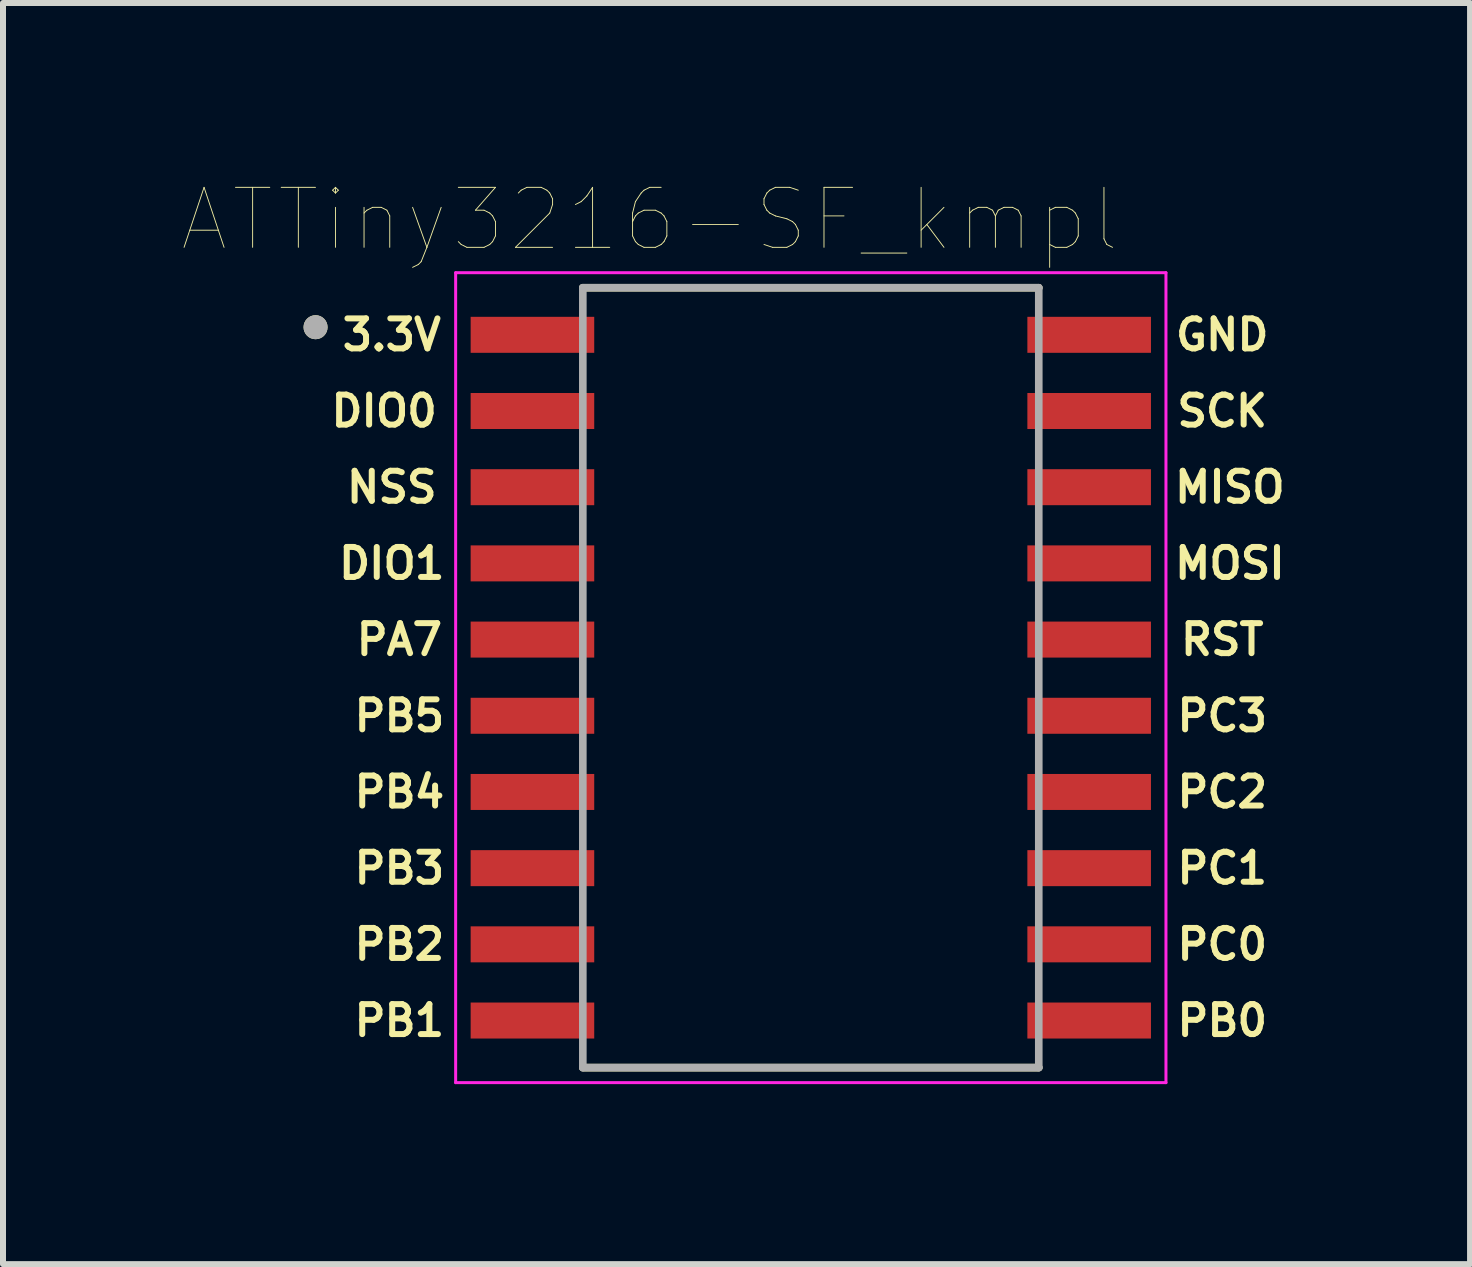
<source format=kicad_pcb>
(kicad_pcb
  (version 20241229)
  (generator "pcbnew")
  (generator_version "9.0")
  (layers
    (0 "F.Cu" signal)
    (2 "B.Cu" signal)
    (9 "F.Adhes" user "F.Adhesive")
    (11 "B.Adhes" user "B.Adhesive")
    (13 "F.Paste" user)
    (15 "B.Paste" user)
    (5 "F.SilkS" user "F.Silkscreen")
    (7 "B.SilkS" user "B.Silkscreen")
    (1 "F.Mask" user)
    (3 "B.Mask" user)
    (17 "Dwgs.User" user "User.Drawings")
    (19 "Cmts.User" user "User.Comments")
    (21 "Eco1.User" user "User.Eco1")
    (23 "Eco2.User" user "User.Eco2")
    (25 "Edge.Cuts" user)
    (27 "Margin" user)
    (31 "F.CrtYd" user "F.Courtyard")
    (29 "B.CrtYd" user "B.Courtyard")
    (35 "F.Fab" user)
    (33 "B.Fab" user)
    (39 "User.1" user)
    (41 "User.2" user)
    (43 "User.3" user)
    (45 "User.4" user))
  (footprint "ATTiny3216-SF_kmpl"
    (layer "F.Cu")
    (at 10.465 8.246)
    (property "Reference" "ATTiny3216-SF_kmpl" (at -2.685 -7.635 0) (layer "F.SilkS") (effects (font (size 1 1) (thickness 0.015))))
    (attr through_hole)
    (fp_line (start -3.8 -6.5) (end 3.8 -6.5) (stroke (width 0.127) (type solid)) (layer "F.SilkS"))
    (fp_line (start -3.8 6.5) (end 3.8 6.5) (stroke (width 0.127) (type solid)) (layer "F.SilkS"))
    (fp_circle (center -8.255 -5.842) (end -8.155 -5.842) (stroke (width 0.2) (type solid)) (fill no) (layer "F.SilkS"))
    (fp_line (start -5.92 -6.75) (end -5.92 6.75) (stroke (width 0.05) (type solid)) (layer "F.CrtYd"))
    (fp_line (start -5.92 -6.75) (end 5.92 -6.75) (stroke (width 0.05) (type solid)) (layer "F.CrtYd"))
    (fp_line (start -5.92 6.75) (end 5.92 6.75) (stroke (width 0.05) (type solid)) (layer "F.CrtYd"))
    (fp_line (start 5.92 -6.75) (end 5.92 6.75) (stroke (width 0.05) (type solid)) (layer "F.CrtYd"))
    (fp_line (start -3.8 -6.5) (end -3.8 6.5) (stroke (width 0.127) (type solid)) (layer "F.Fab"))
    (fp_line (start -3.8 -6.5) (end 3.8 -6.5) (stroke (width 0.127) (type solid)) (layer "F.Fab"))
    (fp_line (start -3.8 6.5) (end 3.8 6.5) (stroke (width 0.127) (type solid)) (layer "F.Fab"))
    (fp_line (start 3.8 -6.5) (end 3.8 6.5) (stroke (width 0.127) (type solid)) (layer "F.Fab"))
    (fp_circle (center -8.255 -5.842) (end -8.155 -5.842) (stroke (width 0.2) (type solid)) (fill no) (layer "F.Fab"))
    (fp_text user "3.3V" (at -6.985 -5.715 0) (layer "F.SilkS") (effects (font (size 0.5 0.5) (thickness 0.1))))
    (fp_text user "MOSI" (at 6.985 -1.905 0) (layer "F.SilkS") (effects (font (size 0.5 0.5) (thickness 0.1))))
    (fp_text user "PB1" (at -6.858 5.715 0) (layer "F.SilkS") (effects (font (size 0.5 0.5) (thickness 0.1))))
    (fp_text user "SCK" (at 6.858 -4.445 0) (layer "F.SilkS") (effects (font (size 0.5 0.5) (thickness 0.1))))
    (fp_text user "NSS" (at -6.985 -3.175 0) (layer "F.SilkS") (effects (font (size 0.5 0.5) (thickness 0.1))))
    (fp_text user "DIO0" (at -7.112 -4.445 0) (layer "F.SilkS") (effects (font (size 0.5 0.5) (thickness 0.1))))
    (fp_text user "PB0" (at 6.858 5.715 0) (layer "F.SilkS") (effects (font (size 0.5 0.5) (thickness 0.1))))
    (fp_text user "PB4" (at -6.858 1.905 0) (layer "F.SilkS") (effects (font (size 0.5 0.5) (thickness 0.1))))
    (fp_text user "PB5" (at -6.858 0.635 0) (layer "F.SilkS") (effects (font (size 0.5 0.5) (thickness 0.1))))
    (fp_text user "PB3" (at -6.858 3.175 0) (layer "F.SilkS") (effects (font (size 0.5 0.5) (thickness 0.1))))
    (fp_text user "PB2" (at -6.858 4.445 0) (layer "F.SilkS") (effects (font (size 0.5 0.5) (thickness 0.1))))
    (fp_text user "PA7" (at -6.858 -0.635 0) (layer "F.SilkS") (effects (font (size 0.5 0.5) (thickness 0.1))))
    (fp_text user "PC3" (at 6.858 0.635 0) (layer "F.SilkS") (effects (font (size 0.5 0.5) (thickness 0.1))))
    (fp_text user "RST" (at 6.858 -0.635 0) (layer "F.SilkS") (effects (font (size 0.5 0.5) (thickness 0.1))))
    (fp_text user "PC1" (at 6.858 3.175 0) (layer "F.SilkS") (effects (font (size 0.5 0.5) (thickness 0.1))))
    (fp_text user "MISO" (at 6.985 -3.175 0) (layer "F.SilkS") (effects (font (size 0.5 0.5) (thickness 0.1))))
    (fp_text user "PC2" (at 6.858 1.905 0) (layer "F.SilkS") (effects (font (size 0.5 0.5) (thickness 0.1))))
    (fp_text user "DIO1" (at -6.985 -1.905 0) (layer "F.SilkS") (effects (font (size 0.5 0.5) (thickness 0.1))))
    (fp_text user "PC0" (at 6.858 4.445 0) (layer "F.SilkS") (effects (font (size 0.5 0.5) (thickness 0.1))))
    (fp_text user "GND" (at 6.858 -5.715 0) (layer "F.SilkS") (effects (font (size 0.5 0.5) (thickness 0.1))))
    (pad "1" smd rect (at -4.64 -5.715) (size 2.06 0.6) (layers "F.Cu" "F.Mask" "F.Paste"))
    (pad "2" smd rect (at -4.64 -4.445) (size 2.06 0.6) (layers "F.Cu" "F.Mask" "F.Paste"))
    (pad "3" smd rect (at -4.64 -3.175) (size 2.06 0.6) (layers "F.Cu" "F.Mask" "F.Paste"))
    (pad "4" smd rect (at -4.64 -1.905) (size 2.06 0.6) (layers "F.Cu" "F.Mask" "F.Paste"))
    (pad "5" smd rect (at -4.64 -0.635) (size 2.06 0.6) (layers "F.Cu" "F.Mask" "F.Paste"))
    (pad "6" smd rect (at -4.64 0.635) (size 2.06 0.6) (layers "F.Cu" "F.Mask" "F.Paste"))
    (pad "7" smd rect (at -4.64 1.905) (size 2.06 0.6) (layers "F.Cu" "F.Mask" "F.Paste"))
    (pad "8" smd rect (at -4.64 3.175) (size 2.06 0.6) (layers "F.Cu" "F.Mask" "F.Paste"))
    (pad "9" smd rect (at -4.64 4.445) (size 2.06 0.6) (layers "F.Cu" "F.Mask" "F.Paste"))
    (pad "10" smd rect (at -4.64 5.715) (size 2.06 0.6) (layers "F.Cu" "F.Mask" "F.Paste"))
    (pad "11" smd rect (at 4.64 5.715) (size 2.06 0.6) (layers "F.Cu" "F.Mask" "F.Paste"))
    (pad "12" smd rect (at 4.64 4.445) (size 2.06 0.6) (layers "F.Cu" "F.Mask" "F.Paste"))
    (pad "13" smd rect (at 4.64 3.175) (size 2.06 0.6) (layers "F.Cu" "F.Mask" "F.Paste"))
    (pad "14" smd rect (at 4.64 1.905) (size 2.06 0.6) (layers "F.Cu" "F.Mask" "F.Paste"))
    (pad "15" smd rect (at 4.64 0.635) (size 2.06 0.6) (layers "F.Cu" "F.Mask" "F.Paste"))
    (pad "16" smd rect (at 4.64 -0.635) (size 2.06 0.6) (layers "F.Cu" "F.Mask" "F.Paste"))
    (pad "17" smd rect (at 4.64 -1.905) (size 2.06 0.6) (layers "F.Cu" "F.Mask" "F.Paste"))
    (pad "18" smd rect (at 4.64 -3.175) (size 2.06 0.6) (layers "F.Cu" "F.Mask" "F.Paste"))
    (pad "19" smd rect (at 4.64 -4.445) (size 2.06 0.6) (layers "F.Cu" "F.Mask" "F.Paste"))
    (pad "20" smd rect (at 4.64 -5.715) (size 2.06 0.6) (layers "F.Cu" "F.Mask" "F.Paste")))
  (gr_rect
    (start -3 -3)
    (end 21.454 18.021)
    (stroke (width 0.1) (type default))
    (fill no)
    (layer "Edge.Cuts")))
</source>
